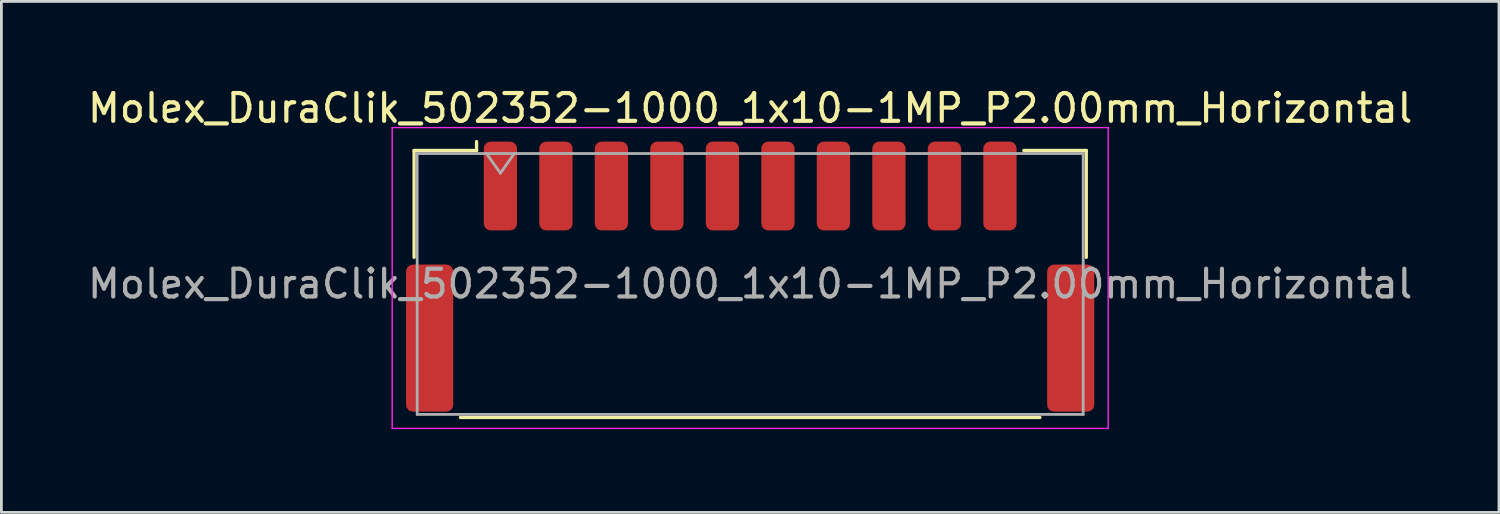
<source format=kicad_pcb>
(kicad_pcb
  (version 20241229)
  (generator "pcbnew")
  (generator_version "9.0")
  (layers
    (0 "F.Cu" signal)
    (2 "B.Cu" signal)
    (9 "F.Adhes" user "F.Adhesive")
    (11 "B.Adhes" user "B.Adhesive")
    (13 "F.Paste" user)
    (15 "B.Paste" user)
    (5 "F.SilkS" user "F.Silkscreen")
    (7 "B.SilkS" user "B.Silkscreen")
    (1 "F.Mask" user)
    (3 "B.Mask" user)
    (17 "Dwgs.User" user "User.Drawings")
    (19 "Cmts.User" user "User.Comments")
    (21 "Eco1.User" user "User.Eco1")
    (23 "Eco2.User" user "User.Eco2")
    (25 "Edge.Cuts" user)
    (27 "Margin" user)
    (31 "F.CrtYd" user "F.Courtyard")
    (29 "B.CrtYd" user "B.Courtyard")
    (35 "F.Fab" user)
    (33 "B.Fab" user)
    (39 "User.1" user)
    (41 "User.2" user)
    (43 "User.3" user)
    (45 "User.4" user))
  (footprint "Molex_DuraClik_502352-1000_1x10-1MP_P2.00mm_Horizontal"
    (layer "F.Cu")
    (at 23.982 6.918)
    (property "Reference" "Molex_DuraClik_502352-1000_1x10-1MP_P2.00mm_Horizontal" (at 0 -6.07 0) (layer "F.SilkS") (effects (font (size 1 1) (thickness 0.15))))
    (attr smd)
    (fp_line (start -12.11 -4.545) (end -9.86 -4.545) (stroke (width 0.12) (type solid)) (layer "F.SilkS"))
    (fp_line (start -12.11 -0.695) (end -12.11 -4.545) (stroke (width 0.12) (type solid)) (layer "F.SilkS"))
    (fp_line (start -10.44 5.075) (end 10.44 5.075) (stroke (width 0.12) (type solid)) (layer "F.SilkS"))
    (fp_line (start -9.86 -4.545) (end -9.86 -4.865) (stroke (width 0.12) (type solid)) (layer "F.SilkS"))
    (fp_line (start 12.11 -4.545) (end 9.86 -4.545) (stroke (width 0.12) (type solid)) (layer "F.SilkS"))
    (fp_line (start 12.11 -0.695) (end 12.11 -4.545) (stroke (width 0.12) (type solid)) (layer "F.SilkS"))
    (fp_line (start -12.9 -5.37) (end -12.9 5.47) (stroke (width 0.05) (type solid)) (layer "F.CrtYd"))
    (fp_line (start -12.9 5.47) (end 12.9 5.47) (stroke (width 0.05) (type solid)) (layer "F.CrtYd"))
    (fp_line (start 12.9 -5.37) (end -12.9 -5.37) (stroke (width 0.05) (type solid)) (layer "F.CrtYd"))
    (fp_line (start 12.9 5.47) (end 12.9 -5.37) (stroke (width 0.05) (type solid)) (layer "F.CrtYd"))
    (fp_line (start -12 -4.435) (end -12 4.965) (stroke (width 0.1) (type solid)) (layer "F.Fab"))
    (fp_line (start -12 -4.435) (end 12 -4.435) (stroke (width 0.1) (type solid)) (layer "F.Fab"))
    (fp_line (start -12 4.965) (end 12 4.965) (stroke (width 0.1) (type solid)) (layer "F.Fab"))
    (fp_line (start -9.5 -4.435) (end -9 -3.728) (stroke (width 0.1) (type solid)) (layer "F.Fab"))
    (fp_line (start -9 -3.728) (end -8.5 -4.435) (stroke (width 0.1) (type solid)) (layer "F.Fab"))
    (fp_line (start 12 -4.435) (end 12 4.965) (stroke (width 0.1) (type solid)) (layer "F.Fab"))
    (fp_text user "${REFERENCE}" (at 0 0.26 0) (layer "F.Fab") (effects (font (size 1 1) (thickness 0.15))))
    (pad "1" smd roundrect (at -9 -3.265) (size 1.2 3.2) (layers "F.Cu" "F.Mask" "F.Paste") (roundrect_rratio 0.208))
    (pad "2" smd roundrect (at -7 -3.265) (size 1.2 3.2) (layers "F.Cu" "F.Mask" "F.Paste") (roundrect_rratio 0.208))
    (pad "3" smd roundrect (at -5 -3.265) (size 1.2 3.2) (layers "F.Cu" "F.Mask" "F.Paste") (roundrect_rratio 0.208))
    (pad "4" smd roundrect (at -3 -3.265) (size 1.2 3.2) (layers "F.Cu" "F.Mask" "F.Paste") (roundrect_rratio 0.208))
    (pad "5" smd roundrect (at -1 -3.265) (size 1.2 3.2) (layers "F.Cu" "F.Mask" "F.Paste") (roundrect_rratio 0.208))
    (pad "6" smd roundrect (at 1 -3.265) (size 1.2 3.2) (layers "F.Cu" "F.Mask" "F.Paste") (roundrect_rratio 0.208))
    (pad "7" smd roundrect (at 3 -3.265) (size 1.2 3.2) (layers "F.Cu" "F.Mask" "F.Paste") (roundrect_rratio 0.208))
    (pad "8" smd roundrect (at 5 -3.265) (size 1.2 3.2) (layers "F.Cu" "F.Mask" "F.Paste") (roundrect_rratio 0.208))
    (pad "9" smd roundrect (at 7 -3.265) (size 1.2 3.2) (layers "F.Cu" "F.Mask" "F.Paste") (roundrect_rratio 0.208))
    (pad "10" smd roundrect (at 9 -3.265) (size 1.2 3.2) (layers "F.Cu" "F.Mask" "F.Paste") (roundrect_rratio 0.208))
    (pad "MP" smd roundrect (at -11.55 2.215) (size 1.7 5.3) (layers "F.Cu" "F.Mask" "F.Paste") (roundrect_rratio 0.147))
    (pad "MP" smd roundrect (at 11.55 2.215) (size 1.7 5.3) (layers "F.Cu" "F.Mask" "F.Paste") (roundrect_rratio 0.147)))
  (gr_rect
    (start -3 -3)
    (end 50.964 15.413)
    (stroke (width 0.1) (type default))
    (fill no)
    (layer "Edge.Cuts")))
</source>
